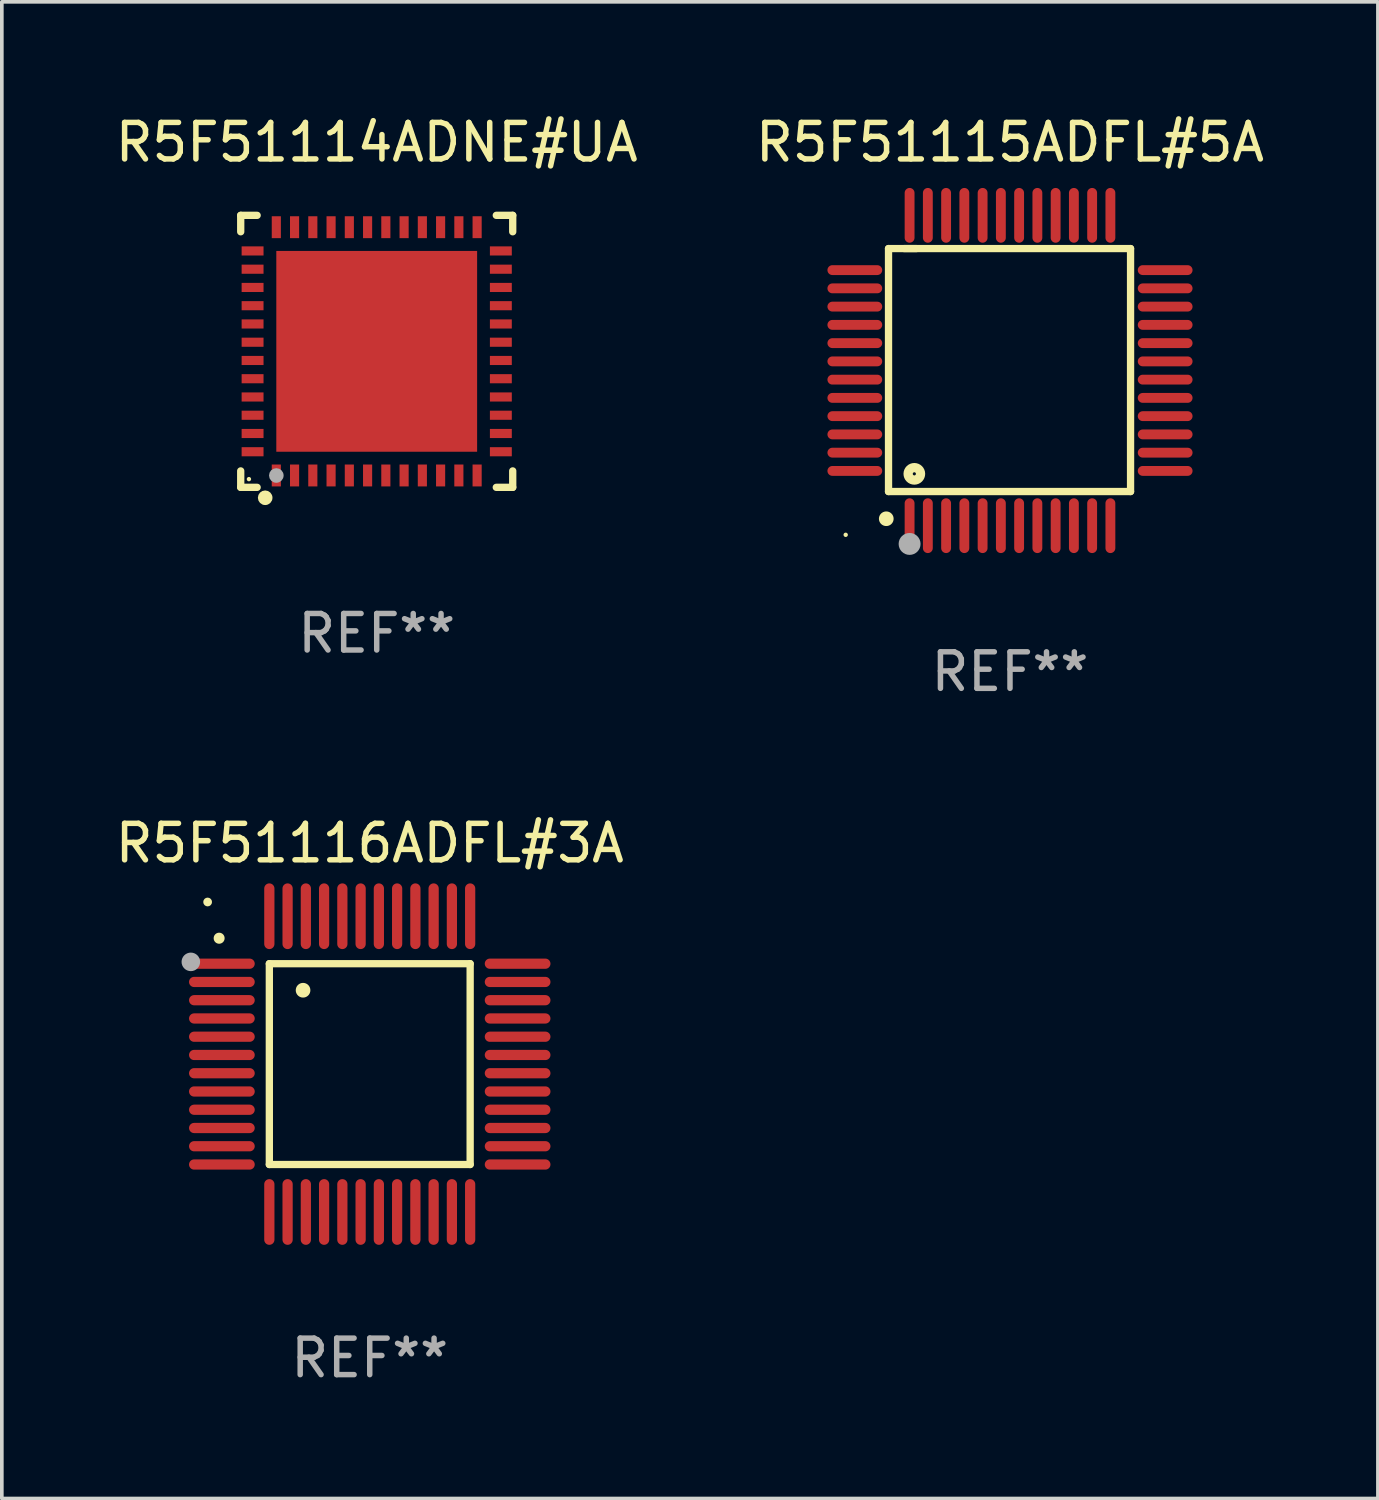
<source format=kicad_pcb>
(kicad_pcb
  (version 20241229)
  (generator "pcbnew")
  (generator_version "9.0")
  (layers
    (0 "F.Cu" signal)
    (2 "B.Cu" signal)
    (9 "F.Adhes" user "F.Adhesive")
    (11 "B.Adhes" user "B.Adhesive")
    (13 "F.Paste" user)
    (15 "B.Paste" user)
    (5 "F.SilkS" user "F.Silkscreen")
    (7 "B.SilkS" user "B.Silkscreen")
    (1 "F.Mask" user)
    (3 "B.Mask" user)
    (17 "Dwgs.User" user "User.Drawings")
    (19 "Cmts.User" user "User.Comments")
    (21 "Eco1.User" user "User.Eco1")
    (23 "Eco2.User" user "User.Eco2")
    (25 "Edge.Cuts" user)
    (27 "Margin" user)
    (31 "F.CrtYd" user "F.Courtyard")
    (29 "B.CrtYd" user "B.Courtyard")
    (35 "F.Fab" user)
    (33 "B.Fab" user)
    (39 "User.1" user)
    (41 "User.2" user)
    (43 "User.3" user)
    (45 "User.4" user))
  (footprint "R5F51114ADNE#UA"
    (layer "F.Cu")
    (at 7.268 6.573)
    (property "Reference" "R5F51114ADNE#UA" (at 0 -5.725 0) (layer "F.SilkS") (effects (font (size 1 1) (thickness 0.15))))
    (attr through_hole)
    (fp_line (start -3.725 -3.725) (end -3.275 -3.725) (stroke (width 0.2) (type solid)) (layer "F.SilkS"))
    (fp_line (start -3.725 -3.275) (end -3.725 -3.725) (stroke (width 0.2) (type solid)) (layer "F.SilkS"))
    (fp_line (start -3.725 3.725) (end -3.725 3.275) (stroke (width 0.2) (type solid)) (layer "F.SilkS"))
    (fp_line (start -3.275 3.725) (end -3.725 3.725) (stroke (width 0.2) (type solid)) (layer "F.SilkS"))
    (fp_line (start 3.275 3.725) (end 3.725 3.725) (stroke (width 0.2) (type solid)) (layer "F.SilkS"))
    (fp_line (start 3.725 -3.725) (end 3.275 -3.725) (stroke (width 0.2) (type solid)) (layer "F.SilkS"))
    (fp_line (start 3.725 -3.275) (end 3.725 -3.725) (stroke (width 0.2) (type solid)) (layer "F.SilkS"))
    (fp_line (start 3.725 3.725) (end 3.725 3.275) (stroke (width 0.2) (type solid)) (layer "F.SilkS"))
    (fp_circle (center -3.5 3.5) (end -3.47 3.5) (stroke (width 0.06) (type solid)) (fill no) (layer "F.SilkS"))
    (fp_circle (center -3.055 4.01) (end -2.955 4.01) (stroke (width 0.2) (type solid)) (fill no) (layer "F.SilkS"))
    (fp_circle (center -2.75 3.4) (end -2.65 3.4) (stroke (width 0.2) (type solid)) (fill no) (layer "F.Fab"))
    (fp_text user "REF**" (at 0 7.725 0) (layer "F.Fab") (effects (font (size 1 1) (thickness 0.15))))
    (pad "1" smd rect (at -2.75 3.4 180) (size 0.25 0.6) (layers "F.Cu" "F.Mask" "F.Paste"))
    (pad "2" smd rect (at -2.25 3.4 180) (size 0.25 0.6) (layers "F.Cu" "F.Mask" "F.Paste"))
    (pad "3" smd rect (at -1.75 3.4 180) (size 0.25 0.6) (layers "F.Cu" "F.Mask" "F.Paste"))
    (pad "4" smd rect (at -1.25 3.4 180) (size 0.25 0.6) (layers "F.Cu" "F.Mask" "F.Paste"))
    (pad "5" smd rect (at -0.75 3.4 180) (size 0.25 0.6) (layers "F.Cu" "F.Mask" "F.Paste"))
    (pad "6" smd rect (at -0.25 3.4 180) (size 0.25 0.6) (layers "F.Cu" "F.Mask" "F.Paste"))
    (pad "7" smd rect (at 0.25 3.4 180) (size 0.25 0.6) (layers "F.Cu" "F.Mask" "F.Paste"))
    (pad "8" smd rect (at 0.75 3.4 180) (size 0.25 0.6) (layers "F.Cu" "F.Mask" "F.Paste"))
    (pad "9" smd rect (at 1.25 3.4 180) (size 0.25 0.6) (layers "F.Cu" "F.Mask" "F.Paste"))
    (pad "10" smd rect (at 1.75 3.4 180) (size 0.25 0.6) (layers "F.Cu" "F.Mask" "F.Paste"))
    (pad "11" smd rect (at 2.25 3.4 180) (size 0.25 0.6) (layers "F.Cu" "F.Mask" "F.Paste"))
    (pad "12" smd rect (at 2.75 3.4 180) (size 0.25 0.6) (layers "F.Cu" "F.Mask" "F.Paste"))
    (pad "13" smd rect (at 3.4 2.75 90) (size 0.25 0.6) (layers "F.Cu" "F.Mask" "F.Paste"))
    (pad "14" smd rect (at 3.4 2.25 90) (size 0.25 0.6) (layers "F.Cu" "F.Mask" "F.Paste"))
    (pad "15" smd rect (at 3.4 1.75 90) (size 0.25 0.6) (layers "F.Cu" "F.Mask" "F.Paste"))
    (pad "16" smd rect (at 3.4 1.25 90) (size 0.25 0.6) (layers "F.Cu" "F.Mask" "F.Paste"))
    (pad "17" smd rect (at 3.4 0.75 90) (size 0.25 0.6) (layers "F.Cu" "F.Mask" "F.Paste"))
    (pad "18" smd rect (at 3.4 0.25 90) (size 0.25 0.6) (layers "F.Cu" "F.Mask" "F.Paste"))
    (pad "19" smd rect (at 3.4 -0.25 90) (size 0.25 0.6) (layers "F.Cu" "F.Mask" "F.Paste"))
    (pad "20" smd rect (at 3.4 -0.75 90) (size 0.25 0.6) (layers "F.Cu" "F.Mask" "F.Paste"))
    (pad "21" smd rect (at 3.4 -1.25 90) (size 0.25 0.6) (layers "F.Cu" "F.Mask" "F.Paste"))
    (pad "22" smd rect (at 3.4 -1.75 90) (size 0.25 0.6) (layers "F.Cu" "F.Mask" "F.Paste"))
    (pad "23" smd rect (at 3.4 -2.25 90) (size 0.25 0.6) (layers "F.Cu" "F.Mask" "F.Paste"))
    (pad "24" smd rect (at 3.4 -2.75 90) (size 0.25 0.6) (layers "F.Cu" "F.Mask" "F.Paste"))
    (pad "25" smd rect (at 2.75 -3.4 180) (size 0.25 0.6) (layers "F.Cu" "F.Mask" "F.Paste"))
    (pad "26" smd rect (at 2.25 -3.4 180) (size 0.25 0.6) (layers "F.Cu" "F.Mask" "F.Paste"))
    (pad "27" smd rect (at 1.75 -3.4 180) (size 0.25 0.6) (layers "F.Cu" "F.Mask" "F.Paste"))
    (pad "28" smd rect (at 1.25 -3.4 180) (size 0.25 0.6) (layers "F.Cu" "F.Mask" "F.Paste"))
    (pad "29" smd rect (at 0.75 -3.4 180) (size 0.25 0.6) (layers "F.Cu" "F.Mask" "F.Paste"))
    (pad "30" smd rect (at 0.25 -3.4 180) (size 0.25 0.6) (layers "F.Cu" "F.Mask" "F.Paste"))
    (pad "31" smd rect (at -0.25 -3.4 180) (size 0.25 0.6) (layers "F.Cu" "F.Mask" "F.Paste"))
    (pad "32" smd rect (at -0.75 -3.4 180) (size 0.25 0.6) (layers "F.Cu" "F.Mask" "F.Paste"))
    (pad "33" smd rect (at -1.25 -3.4 180) (size 0.25 0.6) (layers "F.Cu" "F.Mask" "F.Paste"))
    (pad "34" smd rect (at -1.75 -3.4 180) (size 0.25 0.6) (layers "F.Cu" "F.Mask" "F.Paste"))
    (pad "35" smd rect (at -2.25 -3.4 180) (size 0.25 0.6) (layers "F.Cu" "F.Mask" "F.Paste"))
    (pad "36" smd rect (at -2.75 -3.4 180) (size 0.25 0.6) (layers "F.Cu" "F.Mask" "F.Paste"))
    (pad "37" smd rect (at -3.4 -2.75 90) (size 0.25 0.6) (layers "F.Cu" "F.Mask" "F.Paste"))
    (pad "38" smd rect (at -3.4 -2.25 90) (size 0.25 0.6) (layers "F.Cu" "F.Mask" "F.Paste"))
    (pad "39" smd rect (at -3.4 -1.75 90) (size 0.25 0.6) (layers "F.Cu" "F.Mask" "F.Paste"))
    (pad "40" smd rect (at -3.4 -1.25 90) (size 0.25 0.6) (layers "F.Cu" "F.Mask" "F.Paste"))
    (pad "41" smd rect (at -3.4 -0.75 90) (size 0.25 0.6) (layers "F.Cu" "F.Mask" "F.Paste"))
    (pad "42" smd rect (at -3.4 -0.25 90) (size 0.25 0.6) (layers "F.Cu" "F.Mask" "F.Paste"))
    (pad "43" smd rect (at -3.4 0.25 90) (size 0.25 0.6) (layers "F.Cu" "F.Mask" "F.Paste"))
    (pad "44" smd rect (at -3.4 0.75 90) (size 0.25 0.6) (layers "F.Cu" "F.Mask" "F.Paste"))
    (pad "45" smd rect (at -3.4 1.25 90) (size 0.25 0.6) (layers "F.Cu" "F.Mask" "F.Paste"))
    (pad "46" smd rect (at -3.4 1.75 90) (size 0.25 0.6) (layers "F.Cu" "F.Mask" "F.Paste"))
    (pad "47" smd rect (at -3.4 2.25 90) (size 0.25 0.6) (layers "F.Cu" "F.Mask" "F.Paste"))
    (pad "48" smd rect (at -3.4 2.75 90) (size 0.25 0.6) (layers "F.Cu" "F.Mask" "F.Paste"))
    (pad "49" smd rect (at -0.000076 -0.000076 90) (size 5.5 5.5) (layers "F.Cu" "F.Mask" "F.Paste")))
  (footprint "R5F51115ADFL#5A"
    (layer "F.Cu")
    (at 24.613 7.098)
    (property "Reference" "R5F51115ADFL#5A" (at 0 -6.25 0) (layer "F.SilkS") (effects (font (size 1 1) (thickness 0.15))))
    (attr through_hole)
    (fp_line (start -3.327 -3.34) (end -2.565 -3.34) (stroke (width 0.2) (type solid)) (layer "F.SilkS"))
    (fp_line (start -3.327 3.315) (end -3.327 -3.34) (stroke (width 0.2) (type solid)) (layer "F.SilkS"))
    (fp_line (start -2.896 -3.34) (end 3.302 -3.34) (stroke (width 0.2) (type solid)) (layer "F.SilkS"))
    (fp_line (start 3.302 -3.34) (end 3.302 3.315) (stroke (width 0.2) (type solid)) (layer "F.SilkS"))
    (fp_line (start 3.302 3.315) (end -3.327 3.315) (stroke (width 0.2) (type solid)) (layer "F.SilkS"))
    (fp_arc (start -3.389992 4.059995) (mid -3.388722 4.059991) (end -3.387452 4.059995) (stroke (width 0.4) (type solid)) (layer "F.SilkS"))
    (fp_circle (center -4.5 4.5) (end -4.47 4.5) (stroke (width 0.06) (type solid)) (fill no) (layer "F.SilkS"))
    (fp_circle (center -2.62 2.83) (end -2.45 2.83) (stroke (width 0.254) (type solid)) (fill no) (layer "F.SilkS"))
    (fp_circle (center -2.75 4.75) (end -2.6 4.75) (stroke (width 0.3) (type solid)) (fill no) (layer "F.Fab"))
    (fp_text user "REF**" (at 0 8.25 0) (layer "F.Fab") (effects (font (size 1 1) (thickness 0.15))))
    (pad "1" smd oval (at -2.75 4.25) (size 0.27 1.5) (layers "F.Cu" "F.Mask" "F.Paste"))
    (pad "2" smd oval (at -2.25 4.25) (size 0.27 1.5) (layers "F.Cu" "F.Mask" "F.Paste"))
    (pad "3" smd oval (at -1.75 4.25) (size 0.27 1.5) (layers "F.Cu" "F.Mask" "F.Paste"))
    (pad "4" smd oval (at -1.25 4.25) (size 0.27 1.5) (layers "F.Cu" "F.Mask" "F.Paste"))
    (pad "5" smd oval (at -0.75 4.25) (size 0.27 1.5) (layers "F.Cu" "F.Mask" "F.Paste"))
    (pad "6" smd oval (at -0.25 4.25) (size 0.27 1.5) (layers "F.Cu" "F.Mask" "F.Paste"))
    (pad "7" smd oval (at 0.25 4.25) (size 0.27 1.5) (layers "F.Cu" "F.Mask" "F.Paste"))
    (pad "8" smd oval (at 0.75 4.25) (size 0.27 1.5) (layers "F.Cu" "F.Mask" "F.Paste"))
    (pad "9" smd oval (at 1.25 4.25) (size 0.27 1.5) (layers "F.Cu" "F.Mask" "F.Paste"))
    (pad "10" smd oval (at 1.75 4.25) (size 0.27 1.5) (layers "F.Cu" "F.Mask" "F.Paste"))
    (pad "11" smd oval (at 2.25 4.25) (size 0.27 1.5) (layers "F.Cu" "F.Mask" "F.Paste"))
    (pad "12" smd oval (at 2.75 4.25) (size 0.27 1.5) (layers "F.Cu" "F.Mask" "F.Paste"))
    (pad "13" smd oval (at 4.25 2.75) (size 1.5 0.27) (layers "F.Cu" "F.Mask" "F.Paste"))
    (pad "14" smd oval (at 4.25 2.25) (size 1.5 0.27) (layers "F.Cu" "F.Mask" "F.Paste"))
    (pad "15" smd oval (at 4.25 1.75) (size 1.5 0.27) (layers "F.Cu" "F.Mask" "F.Paste"))
    (pad "16" smd oval (at 4.25 1.25) (size 1.5 0.27) (layers "F.Cu" "F.Mask" "F.Paste"))
    (pad "17" smd oval (at 4.25 0.75) (size 1.5 0.27) (layers "F.Cu" "F.Mask" "F.Paste"))
    (pad "18" smd oval (at 4.25 0.25) (size 1.5 0.27) (layers "F.Cu" "F.Mask" "F.Paste"))
    (pad "19" smd oval (at 4.25 -0.25) (size 1.5 0.27) (layers "F.Cu" "F.Mask" "F.Paste"))
    (pad "20" smd oval (at 4.25 -0.75) (size 1.5 0.27) (layers "F.Cu" "F.Mask" "F.Paste"))
    (pad "21" smd oval (at 4.25 -1.25) (size 1.5 0.27) (layers "F.Cu" "F.Mask" "F.Paste"))
    (pad "22" smd oval (at 4.25 -1.75) (size 1.5 0.27) (layers "F.Cu" "F.Mask" "F.Paste"))
    (pad "23" smd oval (at 4.25 -2.25) (size 1.5 0.27) (layers "F.Cu" "F.Mask" "F.Paste"))
    (pad "24" smd oval (at 4.25 -2.75) (size 1.5 0.27) (layers "F.Cu" "F.Mask" "F.Paste"))
    (pad "25" smd oval (at 2.75 -4.25) (size 0.27 1.5) (layers "F.Cu" "F.Mask" "F.Paste"))
    (pad "26" smd oval (at 2.25 -4.25) (size 0.27 1.5) (layers "F.Cu" "F.Mask" "F.Paste"))
    (pad "27" smd oval (at 1.75 -4.25) (size 0.27 1.5) (layers "F.Cu" "F.Mask" "F.Paste"))
    (pad "28" smd oval (at 1.25 -4.25) (size 0.27 1.5) (layers "F.Cu" "F.Mask" "F.Paste"))
    (pad "29" smd oval (at 0.75 -4.25) (size 0.27 1.5) (layers "F.Cu" "F.Mask" "F.Paste"))
    (pad "30" smd oval (at 0.25 -4.25) (size 0.27 1.5) (layers "F.Cu" "F.Mask" "F.Paste"))
    (pad "31" smd oval (at -0.25 -4.25) (size 0.27 1.5) (layers "F.Cu" "F.Mask" "F.Paste"))
    (pad "32" smd oval (at -0.75 -4.25) (size 0.27 1.5) (layers "F.Cu" "F.Mask" "F.Paste"))
    (pad "33" smd oval (at -1.25 -4.25) (size 0.27 1.5) (layers "F.Cu" "F.Mask" "F.Paste"))
    (pad "34" smd oval (at -1.75 -4.25) (size 0.27 1.5) (layers "F.Cu" "F.Mask" "F.Paste"))
    (pad "35" smd oval (at -2.25 -4.25) (size 0.27 1.5) (layers "F.Cu" "F.Mask" "F.Paste"))
    (pad "36" smd oval (at -2.75 -4.25) (size 0.27 1.5) (layers "F.Cu" "F.Mask" "F.Paste"))
    (pad "37" smd oval (at -4.25 -2.75) (size 1.5 0.27) (layers "F.Cu" "F.Mask" "F.Paste"))
    (pad "38" smd oval (at -4.25 -2.25) (size 1.5 0.27) (layers "F.Cu" "F.Mask" "F.Paste"))
    (pad "39" smd oval (at -4.25 -1.75) (size 1.5 0.27) (layers "F.Cu" "F.Mask" "F.Paste"))
    (pad "40" smd oval (at -4.25 -1.25) (size 1.5 0.27) (layers "F.Cu" "F.Mask" "F.Paste"))
    (pad "41" smd oval (at -4.25 -0.75) (size 1.5 0.27) (layers "F.Cu" "F.Mask" "F.Paste"))
    (pad "42" smd oval (at -4.25 -0.25) (size 1.5 0.27) (layers "F.Cu" "F.Mask" "F.Paste"))
    (pad "43" smd oval (at -4.25 0.25) (size 1.5 0.27) (layers "F.Cu" "F.Mask" "F.Paste"))
    (pad "44" smd oval (at -4.25 0.75) (size 1.5 0.27) (layers "F.Cu" "F.Mask" "F.Paste"))
    (pad "45" smd oval (at -4.25 1.25) (size 1.5 0.27) (layers "F.Cu" "F.Mask" "F.Paste"))
    (pad "46" smd oval (at -4.25 1.75) (size 1.5 0.27) (layers "F.Cu" "F.Mask" "F.Paste"))
    (pad "47" smd oval (at -4.25 2.25) (size 1.5 0.27) (layers "F.Cu" "F.Mask" "F.Paste"))
    (pad "48" smd oval (at -4.25 2.75) (size 1.5 0.27) (layers "F.Cu" "F.Mask" "F.Paste")))
  (footprint "R5F51116ADFL#3A"
    (layer "F.Cu")
    (at 7.077 26.095)
    (property "Reference" "R5F51116ADFL#3A" (at 0 -6.05 0) (layer "F.SilkS") (effects (font (size 1 1) (thickness 0.15))))
    (attr through_hole)
    (fp_line (start -2.75 -2.75) (end 2.75 -2.75) (stroke (width 0.2) (type solid)) (layer "F.SilkS"))
    (fp_line (start -2.75 2.75) (end -2.75 -2.75) (stroke (width 0.2) (type solid)) (layer "F.SilkS"))
    (fp_line (start 2.75 -2.75) (end 2.75 2.75) (stroke (width 0.2) (type solid)) (layer "F.SilkS"))
    (fp_line (start 2.75 2.75) (end -2.75 2.75) (stroke (width 0.2) (type solid)) (layer "F.SilkS"))
    (fp_arc (start -4.124968 -3.446787) (mid -4.124973 -3.448057) (end -4.124968 -3.449327) (stroke (width 0.3) (type solid)) (layer "F.SilkS"))
    (fp_arc (start -1.826264 -2.021844) (mid -1.826268 -2.023114) (end -1.826264 -2.024384) (stroke (width 0.4) (type solid)) (layer "F.SilkS"))
    (fp_circle (center -4.44 -4.44) (end -4.38 -4.44) (stroke (width 0.12) (type solid)) (fill no) (layer "F.SilkS"))
    (fp_circle (center -4.9 -2.8) (end -4.773 -2.8) (stroke (width 0.254) (type solid)) (fill no) (layer "F.Fab"))
    (fp_text user "REF**" (at 0 8.05 0) (layer "F.Fab") (effects (font (size 1 1) (thickness 0.15))))
    (pad "1" smd oval (at -4.05 -2.75 90) (size 0.28 1.8) (layers "F.Cu" "F.Mask" "F.Paste"))
    (pad "2" smd oval (at -4.05 -2.25 90) (size 0.28 1.8) (layers "F.Cu" "F.Mask" "F.Paste"))
    (pad "3" smd oval (at -4.05 -1.75 90) (size 0.28 1.8) (layers "F.Cu" "F.Mask" "F.Paste"))
    (pad "4" smd oval (at -4.05 -1.25 90) (size 0.28 1.8) (layers "F.Cu" "F.Mask" "F.Paste"))
    (pad "5" smd oval (at -4.05 -0.75 90) (size 0.28 1.8) (layers "F.Cu" "F.Mask" "F.Paste"))
    (pad "6" smd oval (at -4.05 -0.25 90) (size 0.28 1.8) (layers "F.Cu" "F.Mask" "F.Paste"))
    (pad "7" smd oval (at -4.05 0.25 90) (size 0.28 1.8) (layers "F.Cu" "F.Mask" "F.Paste"))
    (pad "8" smd oval (at -4.05 0.75 90) (size 0.28 1.8) (layers "F.Cu" "F.Mask" "F.Paste"))
    (pad "9" smd oval (at -4.05 1.25 90) (size 0.28 1.8) (layers "F.Cu" "F.Mask" "F.Paste"))
    (pad "10" smd oval (at -4.05 1.75 90) (size 0.28 1.8) (layers "F.Cu" "F.Mask" "F.Paste"))
    (pad "11" smd oval (at -4.05 2.25 90) (size 0.28 1.8) (layers "F.Cu" "F.Mask" "F.Paste"))
    (pad "12" smd oval (at -4.05 2.75 90) (size 0.28 1.8) (layers "F.Cu" "F.Mask" "F.Paste"))
    (pad "13" smd oval (at -2.75 4.05) (size 0.28 1.8) (layers "F.Cu" "F.Mask" "F.Paste"))
    (pad "14" smd oval (at -2.25 4.05) (size 0.28 1.8) (layers "F.Cu" "F.Mask" "F.Paste"))
    (pad "15" smd oval (at -1.75 4.05) (size 0.28 1.8) (layers "F.Cu" "F.Mask" "F.Paste"))
    (pad "16" smd oval (at -1.25 4.05) (size 0.28 1.8) (layers "F.Cu" "F.Mask" "F.Paste"))
    (pad "17" smd oval (at -0.75 4.05) (size 0.28 1.8) (layers "F.Cu" "F.Mask" "F.Paste"))
    (pad "18" smd oval (at -0.25 4.05) (size 0.28 1.8) (layers "F.Cu" "F.Mask" "F.Paste"))
    (pad "19" smd oval (at 0.25 4.05) (size 0.28 1.8) (layers "F.Cu" "F.Mask" "F.Paste"))
    (pad "20" smd oval (at 0.75 4.05) (size 0.28 1.8) (layers "F.Cu" "F.Mask" "F.Paste"))
    (pad "21" smd oval (at 1.25 4.05) (size 0.28 1.8) (layers "F.Cu" "F.Mask" "F.Paste"))
    (pad "22" smd oval (at 1.75 4.05) (size 0.28 1.8) (layers "F.Cu" "F.Mask" "F.Paste"))
    (pad "23" smd oval (at 2.25 4.05) (size 0.28 1.8) (layers "F.Cu" "F.Mask" "F.Paste"))
    (pad "24" smd oval (at 2.75 4.05) (size 0.28 1.8) (layers "F.Cu" "F.Mask" "F.Paste"))
    (pad "25" smd oval (at 4.05 2.75 90) (size 0.28 1.8) (layers "F.Cu" "F.Mask" "F.Paste"))
    (pad "26" smd oval (at 4.05 2.25 90) (size 0.28 1.8) (layers "F.Cu" "F.Mask" "F.Paste"))
    (pad "27" smd oval (at 4.05 1.75 90) (size 0.28 1.8) (layers "F.Cu" "F.Mask" "F.Paste"))
    (pad "28" smd oval (at 4.05 1.25 90) (size 0.28 1.8) (layers "F.Cu" "F.Mask" "F.Paste"))
    (pad "29" smd oval (at 4.05 0.75 90) (size 0.28 1.8) (layers "F.Cu" "F.Mask" "F.Paste"))
    (pad "30" smd oval (at 4.05 0.25 90) (size 0.28 1.8) (layers "F.Cu" "F.Mask" "F.Paste"))
    (pad "31" smd oval (at 4.05 -0.25 90) (size 0.28 1.8) (layers "F.Cu" "F.Mask" "F.Paste"))
    (pad "32" smd oval (at 4.05 -0.75 90) (size 0.28 1.8) (layers "F.Cu" "F.Mask" "F.Paste"))
    (pad "33" smd oval (at 4.05 -1.25 90) (size 0.28 1.8) (layers "F.Cu" "F.Mask" "F.Paste"))
    (pad "34" smd oval (at 4.05 -1.75 90) (size 0.28 1.8) (layers "F.Cu" "F.Mask" "F.Paste"))
    (pad "35" smd oval (at 4.05 -2.25 90) (size 0.28 1.8) (layers "F.Cu" "F.Mask" "F.Paste"))
    (pad "36" smd oval (at 4.05 -2.75 90) (size 0.28 1.8) (layers "F.Cu" "F.Mask" "F.Paste"))
    (pad "37" smd oval (at 2.75 -4.05) (size 0.28 1.8) (layers "F.Cu" "F.Mask" "F.Paste"))
    (pad "38" smd oval (at 2.25 -4.05) (size 0.28 1.8) (layers "F.Cu" "F.Mask" "F.Paste"))
    (pad "39" smd oval (at 1.75 -4.05) (size 0.28 1.8) (layers "F.Cu" "F.Mask" "F.Paste"))
    (pad "40" smd oval (at 1.25 -4.05) (size 0.28 1.8) (layers "F.Cu" "F.Mask" "F.Paste"))
    (pad "41" smd oval (at 0.75 -4.05) (size 0.28 1.8) (layers "F.Cu" "F.Mask" "F.Paste"))
    (pad "42" smd oval (at 0.25 -4.05) (size 0.28 1.8) (layers "F.Cu" "F.Mask" "F.Paste"))
    (pad "43" smd oval (at -0.25 -4.05) (size 0.28 1.8) (layers "F.Cu" "F.Mask" "F.Paste"))
    (pad "44" smd oval (at -0.75 -4.05) (size 0.28 1.8) (layers "F.Cu" "F.Mask" "F.Paste"))
    (pad "45" smd oval (at -1.25 -4.05) (size 0.28 1.8) (layers "F.Cu" "F.Mask" "F.Paste"))
    (pad "46" smd oval (at -1.75 -4.05) (size 0.28 1.8) (layers "F.Cu" "F.Mask" "F.Paste"))
    (pad "47" smd oval (at -2.25 -4.05) (size 0.28 1.8) (layers "F.Cu" "F.Mask" "F.Paste"))
    (pad "48" smd oval (at -2.75 -4.05) (size 0.28 1.8) (layers "F.Cu" "F.Mask" "F.Paste")))
  (gr_rect
    (start -3 -3)
    (end 34.69 37.993)
    (stroke (width 0.1) (type default))
    (fill no)
    (layer "Edge.Cuts")))
</source>
